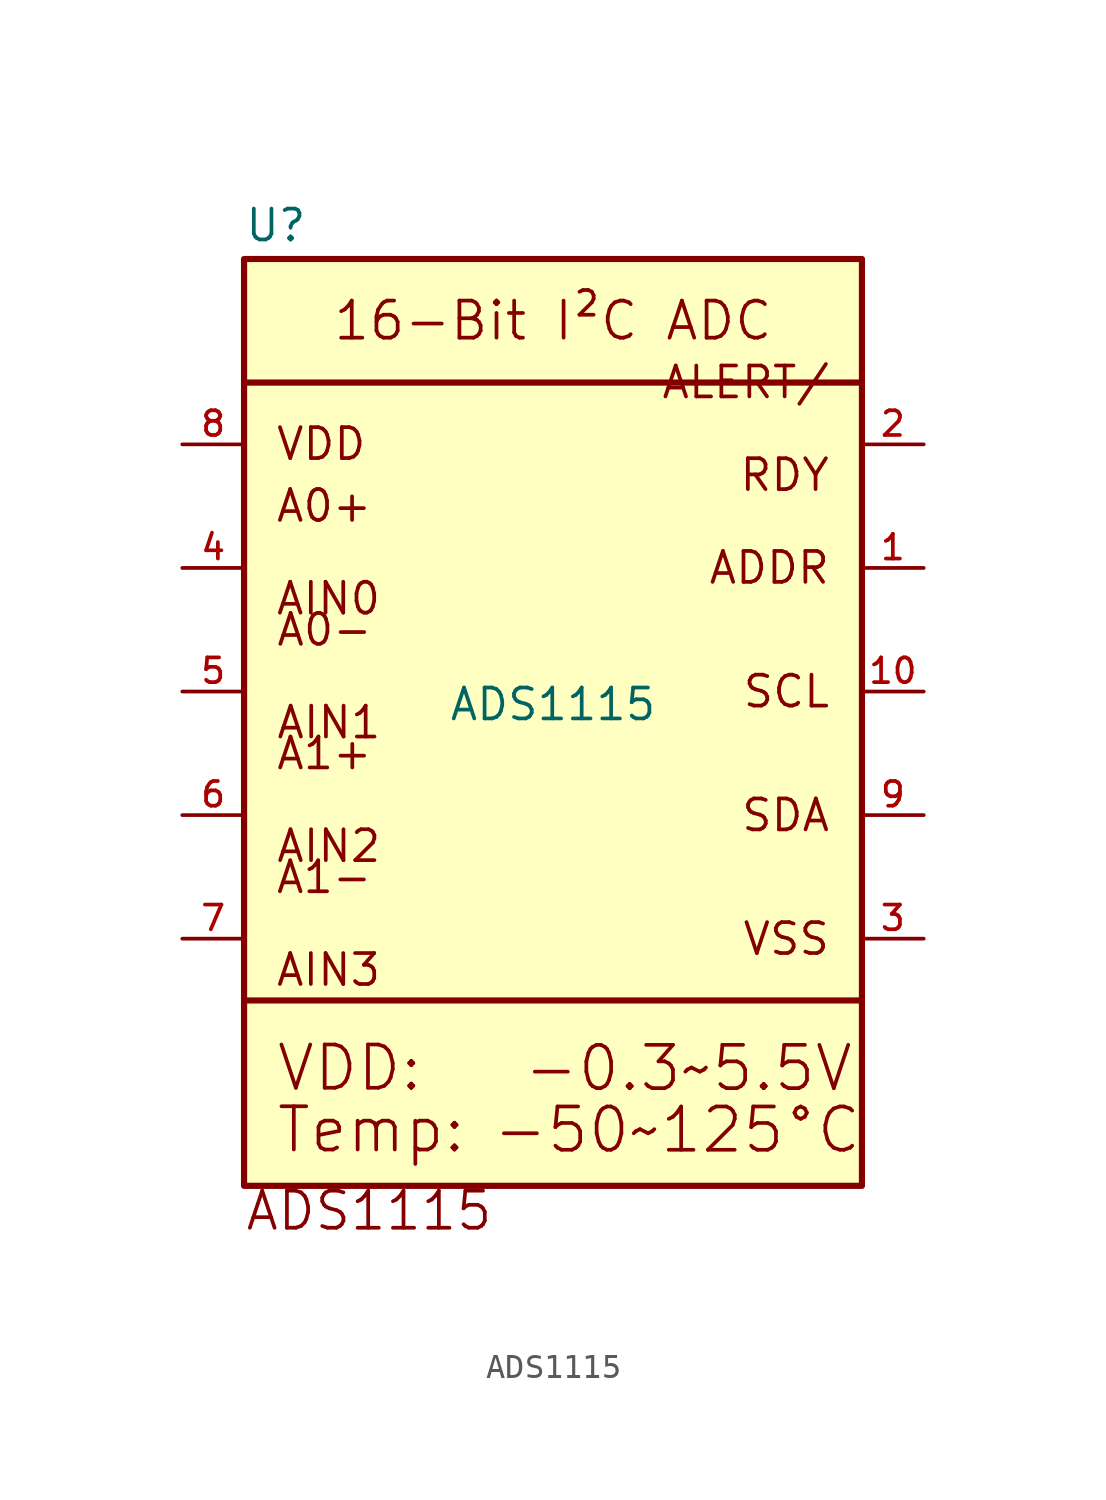
<source format=kicad_sym>
(kicad_symbol_lib
  (version 20211014)
  (generator kicad_symbol_editor)
  (symbol "ADS1115"
    (pin_names
      (offset 1.016))
    (property "Reference" "U"
      (at -12.702 19.689 0)
      (effects (font (size 1.27 1.27)) (justify bottom left)))
    (property "Value" "ADS1115"
      (at 0 0.0 0)
      (effects (font (size 1.27 1.27)) (justify bottom)))
    (symbol "ADS1115_0_0"
      (text "ADS1115" (at -12.708 -20.968 0) (effects (font (size 1.525 1.525)) (justify bottom left)))
      (text "A0+" (at -11.449 8.904 0) (effects (font (size 1.272 1.272)) (justify left)))
      (text "AIN0" (at -11.449 5.092 0) (effects (font (size 1.272 1.272)) (justify left)))
      (text "A0-" (at -11.43 3.81 0) (effects (font (size 1.27 1.27)) (justify left)))
      (text "AIN1" (at -11.43 4.00000000003e-05 0) (effects (font (size 1.27 1.27)) (justify left)))
      (text "A1+" (at -11.437 -1.271 0) (effects (font (size 1.271 1.271)) (justify left)))
      (text "AIN2" (at -11.437 -5.082 0) (effects (font (size 1.271 1.271)) (justify left)))
      (text "A1-" (at -11.448 -6.36 0) (effects (font (size 1.272 1.272)) (justify left)))
      (text "AIN3" (at -11.448 -10.172 0) (effects (font (size 1.272 1.272)) (justify left)))
      (text "ALERT/" (at 11.439 13.981 0) (effects (font (size 1.271 1.271)) (justify right)))
      (text "RDY" (at 11.439 10.17 0) (effects (font (size 1.271 1.271)) (justify right)))
      (text "ADDR" (at 11.445 6.358 0) (effects (font (size 1.272 1.272)) (justify right)))
      (text "SCL" (at 11.452 1.272 0) (effects (font (size 1.272 1.272)) (justify right)))
      (text "SDA" (at 11.45 -3.817 0) (effects (font (size 1.272 1.272)) (justify right)))
      (polyline (pts (xy -12.7 13.97) (xy 12.7 13.97)) (stroke (width 0.254)))
      (polyline (pts (xy 12.7 -11.43) (xy -12.7 -11.43)) (stroke (width 0.254)))
      (text "16-Bit I²C ADC" (at 0.0 16.513 0) (effects (font (size 1.524 1.524))))
      (text "VDD:" (at -11.434 -15.245 0) (effects (font (size 1.779 1.779)) (justify bottom left)))
      (text "-0.3~5.5V" (at -1.272 -15.26 0) (effects (font (size 1.78 1.78)) (justify bottom left)))
      (text "Temp:" (at -11.432 -17.783 0) (effects (font (size 1.778 1.778)) (justify bottom left)))
      (text "-50~125°C" (at -2.542 -17.793 0) (effects (font (size 1.779 1.779)) (justify bottom left)))
      (text "VDD" (at -11.447 11.447 0) (effects (font (size 1.272 1.272)) (justify left)))
      (text "VSS" (at 11.443 -8.9 0) (effects (font (size 1.271 1.271)) (justify right)))
      (rectangle (start -12.7 -19.05) (end 12.7 19.05) (stroke (width 0.254)) (fill (type background)))
      (pin bidirectional line (at -15.24 6.35 0) (length 2.54) (name "~" (effects (font (size 1.016 1.016)))) (number "4" (effects (font (size 1.016 1.016)))))
      (pin bidirectional line (at -15.24 1.27 0) (length 2.54) (name "~" (effects (font (size 1.016 1.016)))) (number "5" (effects (font (size 1.016 1.016)))))
      (pin bidirectional line (at -15.24 -3.81 0) (length 2.54) (name "~" (effects (font (size 1.016 1.016)))) (number "6" (effects (font (size 1.016 1.016)))))
      (pin bidirectional line (at -15.24 -8.89 0) (length 2.54) (name "~" (effects (font (size 1.016 1.016)))) (number "7" (effects (font (size 1.016 1.016)))))
      (pin bidirectional line (at 15.24 11.43 180.0) (length 2.54) (name "~" (effects (font (size 1.016 1.016)))) (number "2" (effects (font (size 1.016 1.016)))))
      (pin bidirectional line (at 15.24 6.35 180.0) (length 2.54) (name "~" (effects (font (size 1.016 1.016)))) (number "1" (effects (font (size 1.016 1.016)))))
      (pin bidirectional line (at 15.24 1.27 180.0) (length 2.54) (name "~" (effects (font (size 1.016 1.016)))) (number "10" (effects (font (size 1.016 1.016)))))
      (pin bidirectional line (at 15.24 -3.81 180.0) (length 2.54) (name "~" (effects (font (size 1.016 1.016)))) (number "9" (effects (font (size 1.016 1.016)))))
      (pin bidirectional line (at 15.24 -8.89 180.0) (length 2.54) (name "~" (effects (font (size 1.016 1.016)))) (number "3" (effects (font (size 1.016 1.016)))))
      (pin bidirectional line (at -15.24 11.43 0) (length 2.54) (name "~" (effects (font (size 1.016 1.016)))) (number "8" (effects (font (size 1.016 1.016))))))))
</source>
